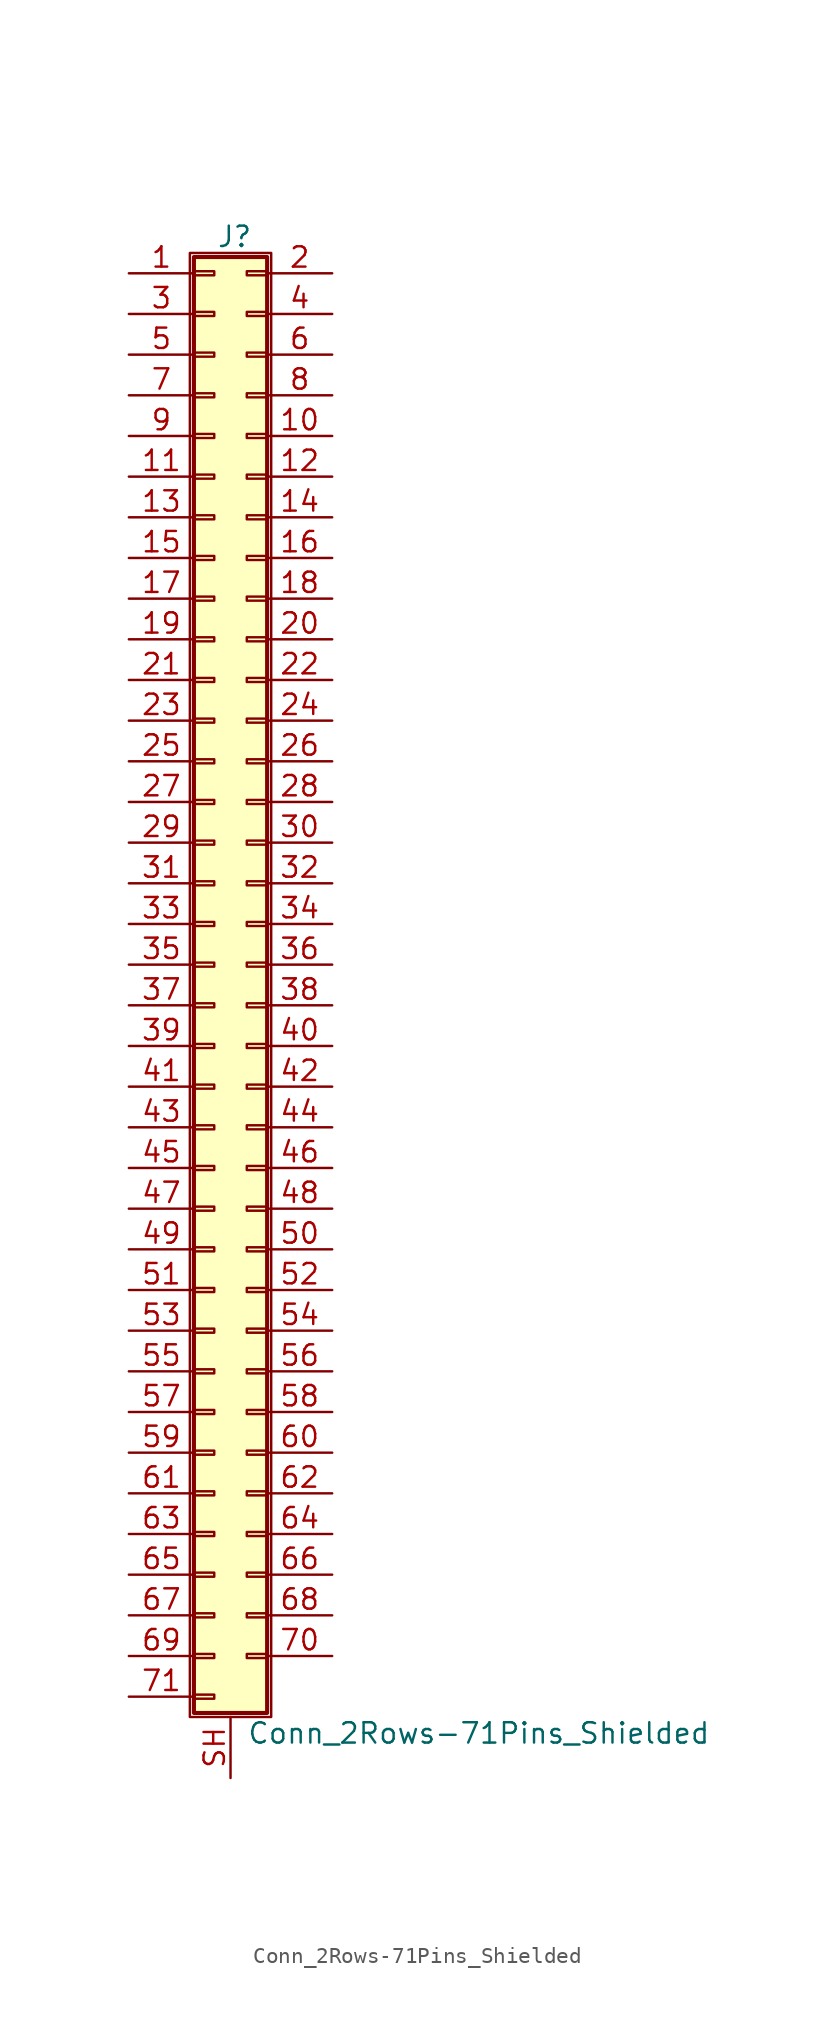
<source format=kicad_sym>
(kicad_symbol_lib
  (version 20200908)
  (generator kicad_symbol_editor)
  (symbol "Connector_Generic_Shielded:Conn_2Rows-71Pins_Shielded"
    (pin_names
      (offset 1.016) hide)
    (property "Reference" "J"
      (at 1.524 45.466 0)
      (effects (font (size 1.27 1.27))))
    (property "Value" "Conn_2Rows-71Pins_Shielded"
      (at 2.286 -48.006 0)
      (effects (font (size 1.27 1.27)) (justify left)))
    (symbol "Conn_2Rows-71Pins_Shielded_1_1"
      (rectangle (start -1.016 -27.813) (end 0.254 -28.067) (stroke (width 0.152)) (fill (type none)))
      (rectangle (start -1.016 -30.353) (end 0.254 -30.607) (stroke (width 0.152)) (fill (type none)))
      (rectangle (start -1.016 -32.893) (end 0.254 -33.147) (stroke (width 0.152)) (fill (type none)))
      (rectangle (start -1.016 -35.433) (end 0.254 -35.687) (stroke (width 0.152)) (fill (type none)))
      (rectangle (start -1.016 -37.973) (end 0.254 -38.227) (stroke (width 0.152)) (fill (type none)))
      (rectangle (start -1.016 -40.513) (end 0.254 -40.767) (stroke (width 0.152)) (fill (type none)))
      (rectangle (start -1.016 -43.053) (end 0.254 -43.307) (stroke (width 0.152)) (fill (type none)))
      (rectangle (start -1.016 -45.593) (end 0.254 -45.847) (stroke (width 0.152)) (fill (type none)))
      (rectangle (start -1.016 -4.953) (end 0.254 -5.207) (stroke (width 0.152)) (fill (type none)))
      (rectangle (start -1.016 -7.493) (end 0.254 -7.747) (stroke (width 0.152)) (fill (type none)))
      (rectangle (start -1.016 -10.033) (end 0.254 -10.287) (stroke (width 0.152)) (fill (type none)))
      (rectangle (start -1.016 -12.573) (end 0.254 -12.827) (stroke (width 0.152)) (fill (type none)))
      (rectangle (start -1.016 -15.113) (end 0.254 -15.367) (stroke (width 0.152)) (fill (type none)))
      (rectangle (start -1.016 -17.653) (end 0.254 -17.907) (stroke (width 0.152)) (fill (type none)))
      (rectangle (start -1.016 -20.193) (end 0.254 -20.447) (stroke (width 0.152)) (fill (type none)))
      (rectangle (start -1.016 -22.733) (end 0.254 -22.987) (stroke (width 0.152)) (fill (type none)))
      (rectangle (start -1.016 -2.413) (end 0.254 -2.667) (stroke (width 0.152)) (fill (type none)))
      (rectangle (start -1.016 -25.273) (end 0.254 -25.527) (stroke (width 0.152)) (fill (type none)))
      (rectangle (start -1.016 25.527) (end 0.254 25.273) (stroke (width 0.152)) (fill (type none)))
      (rectangle (start -1.016 2.667) (end 0.254 2.413) (stroke (width 0.152)) (fill (type none)))
      (rectangle (start -1.016 28.067) (end 0.254 27.813) (stroke (width 0.152)) (fill (type none)))
      (rectangle (start -1.016 30.607) (end 0.254 30.353) (stroke (width 0.152)) (fill (type none)))
      (rectangle (start -1.016 33.147) (end 0.254 32.893) (stroke (width 0.152)) (fill (type none)))
      (rectangle (start -1.016 35.687) (end 0.254 35.433) (stroke (width 0.152)) (fill (type none)))
      (rectangle (start -1.016 38.227) (end 0.254 37.973) (stroke (width 0.152)) (fill (type none)))
      (rectangle (start -1.016 40.767) (end 0.254 40.513) (stroke (width 0.152)) (fill (type none)))
      (rectangle (start -1.016 43.307) (end 0.254 43.053) (stroke (width 0.152)) (fill (type none)))
      (rectangle (start -1.016 44.196) (end 3.556 -46.736) (stroke (width 0.254)) (fill (type background)))
      (rectangle (start -1.016 5.207) (end 0.254 4.953) (stroke (width 0.152)) (fill (type none)))
      (rectangle (start -1.016 7.747) (end 0.254 7.493) (stroke (width 0.152)) (fill (type none)))
      (rectangle (start -1.016 10.287) (end 0.254 10.033) (stroke (width 0.152)) (fill (type none)))
      (rectangle (start -1.016 0.127) (end 0.254 -0.127) (stroke (width 0.152)) (fill (type none)))
      (rectangle (start -1.016 12.827) (end 0.254 12.573) (stroke (width 0.152)) (fill (type none)))
      (rectangle (start -1.016 15.367) (end 0.254 15.113) (stroke (width 0.152)) (fill (type none)))
      (rectangle (start -1.016 17.907) (end 0.254 17.653) (stroke (width 0.152)) (fill (type none)))
      (rectangle (start -1.016 20.447) (end 0.254 20.193) (stroke (width 0.152)) (fill (type none)))
      (rectangle (start -1.016 22.987) (end 0.254 22.733) (stroke (width 0.152)) (fill (type none)))
      (rectangle (start -1.27 44.45) (end 3.81 -46.99) (stroke (width 0.152)) (fill (type none)))
      (rectangle (start 3.556 -27.813) (end 2.286 -28.067) (stroke (width 0.152)) (fill (type none)))
      (rectangle (start 3.556 -30.353) (end 2.286 -30.607) (stroke (width 0.152)) (fill (type none)))
      (rectangle (start 3.556 -32.893) (end 2.286 -33.147) (stroke (width 0.152)) (fill (type none)))
      (rectangle (start 3.556 -35.433) (end 2.286 -35.687) (stroke (width 0.152)) (fill (type none)))
      (rectangle (start 3.556 -37.973) (end 2.286 -38.227) (stroke (width 0.152)) (fill (type none)))
      (rectangle (start 3.556 -40.513) (end 2.286 -40.767) (stroke (width 0.152)) (fill (type none)))
      (rectangle (start 3.556 -43.053) (end 2.286 -43.307) (stroke (width 0.152)) (fill (type none)))
      (rectangle (start 3.556 -4.953) (end 2.286 -5.207) (stroke (width 0.152)) (fill (type none)))
      (rectangle (start 3.556 -7.493) (end 2.286 -7.747) (stroke (width 0.152)) (fill (type none)))
      (rectangle (start 3.556 -10.033) (end 2.286 -10.287) (stroke (width 0.152)) (fill (type none)))
      (rectangle (start 3.556 -12.573) (end 2.286 -12.827) (stroke (width 0.152)) (fill (type none)))
      (rectangle (start 3.556 -15.113) (end 2.286 -15.367) (stroke (width 0.152)) (fill (type none)))
      (rectangle (start 3.556 -17.653) (end 2.286 -17.907) (stroke (width 0.152)) (fill (type none)))
      (rectangle (start 3.556 -20.193) (end 2.286 -20.447) (stroke (width 0.152)) (fill (type none)))
      (rectangle (start 3.556 -22.733) (end 2.286 -22.987) (stroke (width 0.152)) (fill (type none)))
      (rectangle (start 3.556 -2.413) (end 2.286 -2.667) (stroke (width 0.152)) (fill (type none)))
      (rectangle (start 3.556 -25.273) (end 2.286 -25.527) (stroke (width 0.152)) (fill (type none)))
      (rectangle (start 3.556 25.527) (end 2.286 25.273) (stroke (width 0.152)) (fill (type none)))
      (rectangle (start 3.556 2.667) (end 2.286 2.413) (stroke (width 0.152)) (fill (type none)))
      (rectangle (start 3.556 28.067) (end 2.286 27.813) (stroke (width 0.152)) (fill (type none)))
      (rectangle (start 3.556 30.607) (end 2.286 30.353) (stroke (width 0.152)) (fill (type none)))
      (rectangle (start 3.556 33.147) (end 2.286 32.893) (stroke (width 0.152)) (fill (type none)))
      (rectangle (start 3.556 35.687) (end 2.286 35.433) (stroke (width 0.152)) (fill (type none)))
      (rectangle (start 3.556 38.227) (end 2.286 37.973) (stroke (width 0.152)) (fill (type none)))
      (rectangle (start 3.556 40.767) (end 2.286 40.513) (stroke (width 0.152)) (fill (type none)))
      (rectangle (start 3.556 43.307) (end 2.286 43.053) (stroke (width 0.152)) (fill (type none)))
      (rectangle (start 3.556 5.207) (end 2.286 4.953) (stroke (width 0.152)) (fill (type none)))
      (rectangle (start 3.556 7.747) (end 2.286 7.493) (stroke (width 0.152)) (fill (type none)))
      (rectangle (start 3.556 10.287) (end 2.286 10.033) (stroke (width 0.152)) (fill (type none)))
      (rectangle (start 3.556 0.127) (end 2.286 -0.127) (stroke (width 0.152)) (fill (type none)))
      (rectangle (start 3.556 12.827) (end 2.286 12.573) (stroke (width 0.152)) (fill (type none)))
      (rectangle (start 3.556 15.367) (end 2.286 15.113) (stroke (width 0.152)) (fill (type none)))
      (rectangle (start 3.556 17.907) (end 2.286 17.653) (stroke (width 0.152)) (fill (type none)))
      (rectangle (start 3.556 20.447) (end 2.286 20.193) (stroke (width 0.152)) (fill (type none)))
      (rectangle (start 3.556 22.987) (end 2.286 22.733) (stroke (width 0.152)) (fill (type none)))
      (pin passive line (at -5.08 43.18 0) (length 4.064) (name "Pin_1" (effects (font (size 1.27 1.27)))) (number "1" (effects (font (size 1.27 1.27)))))
      (pin passive line (at 7.62 33.02 180) (length 4.064) (name "Pin_10" (effects (font (size 1.27 1.27)))) (number "10" (effects (font (size 1.27 1.27)))))
      (pin passive line (at -5.08 30.48 0) (length 4.064) (name "Pin_11" (effects (font (size 1.27 1.27)))) (number "11" (effects (font (size 1.27 1.27)))))
      (pin passive line (at 7.62 30.48 180) (length 4.064) (name "Pin_12" (effects (font (size 1.27 1.27)))) (number "12" (effects (font (size 1.27 1.27)))))
      (pin passive line (at -5.08 27.94 0) (length 4.064) (name "Pin_13" (effects (font (size 1.27 1.27)))) (number "13" (effects (font (size 1.27 1.27)))))
      (pin passive line (at 7.62 27.94 180) (length 4.064) (name "Pin_14" (effects (font (size 1.27 1.27)))) (number "14" (effects (font (size 1.27 1.27)))))
      (pin passive line (at -5.08 25.4 0) (length 4.064) (name "Pin_15" (effects (font (size 1.27 1.27)))) (number "15" (effects (font (size 1.27 1.27)))))
      (pin passive line (at 7.62 25.4 180) (length 4.064) (name "Pin_16" (effects (font (size 1.27 1.27)))) (number "16" (effects (font (size 1.27 1.27)))))
      (pin passive line (at -5.08 22.86 0) (length 4.064) (name "Pin_17" (effects (font (size 1.27 1.27)))) (number "17" (effects (font (size 1.27 1.27)))))
      (pin passive line (at 7.62 22.86 180) (length 4.064) (name "Pin_18" (effects (font (size 1.27 1.27)))) (number "18" (effects (font (size 1.27 1.27)))))
      (pin passive line (at -5.08 20.32 0) (length 4.064) (name "Pin_19" (effects (font (size 1.27 1.27)))) (number "19" (effects (font (size 1.27 1.27)))))
      (pin passive line (at 7.62 43.18 180) (length 4.064) (name "Pin_2" (effects (font (size 1.27 1.27)))) (number "2" (effects (font (size 1.27 1.27)))))
      (pin passive line (at 7.62 20.32 180) (length 4.064) (name "Pin_20" (effects (font (size 1.27 1.27)))) (number "20" (effects (font (size 1.27 1.27)))))
      (pin passive line (at -5.08 17.78 0) (length 4.064) (name "Pin_21" (effects (font (size 1.27 1.27)))) (number "21" (effects (font (size 1.27 1.27)))))
      (pin passive line (at 7.62 17.78 180) (length 4.064) (name "Pin_22" (effects (font (size 1.27 1.27)))) (number "22" (effects (font (size 1.27 1.27)))))
      (pin passive line (at -5.08 15.24 0) (length 4.064) (name "Pin_23" (effects (font (size 1.27 1.27)))) (number "23" (effects (font (size 1.27 1.27)))))
      (pin passive line (at 7.62 15.24 180) (length 4.064) (name "Pin_24" (effects (font (size 1.27 1.27)))) (number "24" (effects (font (size 1.27 1.27)))))
      (pin passive line (at -5.08 12.7 0) (length 4.064) (name "Pin_25" (effects (font (size 1.27 1.27)))) (number "25" (effects (font (size 1.27 1.27)))))
      (pin passive line (at 7.62 12.7 180) (length 4.064) (name "Pin_26" (effects (font (size 1.27 1.27)))) (number "26" (effects (font (size 1.27 1.27)))))
      (pin passive line (at -5.08 10.16 0) (length 4.064) (name "Pin_27" (effects (font (size 1.27 1.27)))) (number "27" (effects (font (size 1.27 1.27)))))
      (pin passive line (at 7.62 10.16 180) (length 4.064) (name "Pin_28" (effects (font (size 1.27 1.27)))) (number "28" (effects (font (size 1.27 1.27)))))
      (pin passive line (at -5.08 7.62 0) (length 4.064) (name "Pin_29" (effects (font (size 1.27 1.27)))) (number "29" (effects (font (size 1.27 1.27)))))
      (pin passive line (at -5.08 40.64 0) (length 4.064) (name "Pin_3" (effects (font (size 1.27 1.27)))) (number "3" (effects (font (size 1.27 1.27)))))
      (pin passive line (at 7.62 7.62 180) (length 4.064) (name "Pin_30" (effects (font (size 1.27 1.27)))) (number "30" (effects (font (size 1.27 1.27)))))
      (pin passive line (at -5.08 5.08 0) (length 4.064) (name "Pin_31" (effects (font (size 1.27 1.27)))) (number "31" (effects (font (size 1.27 1.27)))))
      (pin passive line (at 7.62 5.08 180) (length 4.064) (name "Pin_32" (effects (font (size 1.27 1.27)))) (number "32" (effects (font (size 1.27 1.27)))))
      (pin passive line (at -5.08 2.54 0) (length 4.064) (name "Pin_33" (effects (font (size 1.27 1.27)))) (number "33" (effects (font (size 1.27 1.27)))))
      (pin passive line (at 7.62 2.54 180) (length 4.064) (name "Pin_34" (effects (font (size 1.27 1.27)))) (number "34" (effects (font (size 1.27 1.27)))))
      (pin passive line (at -5.08 0 0) (length 4.064) (name "Pin_35" (effects (font (size 1.27 1.27)))) (number "35" (effects (font (size 1.27 1.27)))))
      (pin passive line (at 7.62 0 180) (length 4.064) (name "Pin_36" (effects (font (size 1.27 1.27)))) (number "36" (effects (font (size 1.27 1.27)))))
      (pin passive line (at -5.08 -2.54 0) (length 4.064) (name "Pin_37" (effects (font (size 1.27 1.27)))) (number "37" (effects (font (size 1.27 1.27)))))
      (pin passive line (at 7.62 -2.54 180) (length 4.064) (name "Pin_38" (effects (font (size 1.27 1.27)))) (number "38" (effects (font (size 1.27 1.27)))))
      (pin passive line (at -5.08 -5.08 0) (length 4.064) (name "Pin_39" (effects (font (size 1.27 1.27)))) (number "39" (effects (font (size 1.27 1.27)))))
      (pin passive line (at 7.62 40.64 180) (length 4.064) (name "Pin_4" (effects (font (size 1.27 1.27)))) (number "4" (effects (font (size 1.27 1.27)))))
      (pin passive line (at 7.62 -5.08 180) (length 4.064) (name "Pin_40" (effects (font (size 1.27 1.27)))) (number "40" (effects (font (size 1.27 1.27)))))
      (pin passive line (at -5.08 -7.62 0) (length 4.064) (name "Pin_41" (effects (font (size 1.27 1.27)))) (number "41" (effects (font (size 1.27 1.27)))))
      (pin passive line (at 7.62 -7.62 180) (length 4.064) (name "Pin_42" (effects (font (size 1.27 1.27)))) (number "42" (effects (font (size 1.27 1.27)))))
      (pin passive line (at -5.08 -10.16 0) (length 4.064) (name "Pin_43" (effects (font (size 1.27 1.27)))) (number "43" (effects (font (size 1.27 1.27)))))
      (pin passive line (at 7.62 -10.16 180) (length 4.064) (name "Pin_44" (effects (font (size 1.27 1.27)))) (number "44" (effects (font (size 1.27 1.27)))))
      (pin passive line (at -5.08 -12.7 0) (length 4.064) (name "Pin_45" (effects (font (size 1.27 1.27)))) (number "45" (effects (font (size 1.27 1.27)))))
      (pin passive line (at 7.62 -12.7 180) (length 4.064) (name "Pin_46" (effects (font (size 1.27 1.27)))) (number "46" (effects (font (size 1.27 1.27)))))
      (pin passive line (at -5.08 -15.24 0) (length 4.064) (name "Pin_47" (effects (font (size 1.27 1.27)))) (number "47" (effects (font (size 1.27 1.27)))))
      (pin passive line (at 7.62 -15.24 180) (length 4.064) (name "Pin_48" (effects (font (size 1.27 1.27)))) (number "48" (effects (font (size 1.27 1.27)))))
      (pin passive line (at -5.08 -17.78 0) (length 4.064) (name "Pin_49" (effects (font (size 1.27 1.27)))) (number "49" (effects (font (size 1.27 1.27)))))
      (pin passive line (at -5.08 38.1 0) (length 4.064) (name "Pin_5" (effects (font (size 1.27 1.27)))) (number "5" (effects (font (size 1.27 1.27)))))
      (pin passive line (at 7.62 -17.78 180) (length 4.064) (name "Pin_50" (effects (font (size 1.27 1.27)))) (number "50" (effects (font (size 1.27 1.27)))))
      (pin passive line (at -5.08 -20.32 0) (length 4.064) (name "Pin_51" (effects (font (size 1.27 1.27)))) (number "51" (effects (font (size 1.27 1.27)))))
      (pin passive line (at 7.62 -20.32 180) (length 4.064) (name "Pin_52" (effects (font (size 1.27 1.27)))) (number "52" (effects (font (size 1.27 1.27)))))
      (pin passive line (at -5.08 -22.86 0) (length 4.064) (name "Pin_53" (effects (font (size 1.27 1.27)))) (number "53" (effects (font (size 1.27 1.27)))))
      (pin passive line (at 7.62 -22.86 180) (length 4.064) (name "Pin_54" (effects (font (size 1.27 1.27)))) (number "54" (effects (font (size 1.27 1.27)))))
      (pin passive line (at -5.08 -25.4 0) (length 4.064) (name "Pin_55" (effects (font (size 1.27 1.27)))) (number "55" (effects (font (size 1.27 1.27)))))
      (pin passive line (at 7.62 -25.4 180) (length 4.064) (name "Pin_56" (effects (font (size 1.27 1.27)))) (number "56" (effects (font (size 1.27 1.27)))))
      (pin passive line (at -5.08 -27.94 0) (length 4.064) (name "Pin_57" (effects (font (size 1.27 1.27)))) (number "57" (effects (font (size 1.27 1.27)))))
      (pin passive line (at 7.62 -27.94 180) (length 4.064) (name "Pin_58" (effects (font (size 1.27 1.27)))) (number "58" (effects (font (size 1.27 1.27)))))
      (pin passive line (at -5.08 -30.48 0) (length 4.064) (name "Pin_59" (effects (font (size 1.27 1.27)))) (number "59" (effects (font (size 1.27 1.27)))))
      (pin passive line (at 7.62 38.1 180) (length 4.064) (name "Pin_6" (effects (font (size 1.27 1.27)))) (number "6" (effects (font (size 1.27 1.27)))))
      (pin passive line (at 7.62 -30.48 180) (length 4.064) (name "Pin_60" (effects (font (size 1.27 1.27)))) (number "60" (effects (font (size 1.27 1.27)))))
      (pin passive line (at -5.08 -33.02 0) (length 4.064) (name "Pin_61" (effects (font (size 1.27 1.27)))) (number "61" (effects (font (size 1.27 1.27)))))
      (pin passive line (at 7.62 -33.02 180) (length 4.064) (name "Pin_62" (effects (font (size 1.27 1.27)))) (number "62" (effects (font (size 1.27 1.27)))))
      (pin passive line (at -5.08 -35.56 0) (length 4.064) (name "Pin_63" (effects (font (size 1.27 1.27)))) (number "63" (effects (font (size 1.27 1.27)))))
      (pin passive line (at 7.62 -35.56 180) (length 4.064) (name "Pin_64" (effects (font (size 1.27 1.27)))) (number "64" (effects (font (size 1.27 1.27)))))
      (pin passive line (at -5.08 -38.1 0) (length 4.064) (name "Pin_65" (effects (font (size 1.27 1.27)))) (number "65" (effects (font (size 1.27 1.27)))))
      (pin passive line (at 7.62 -38.1 180) (length 4.064) (name "Pin_66" (effects (font (size 1.27 1.27)))) (number "66" (effects (font (size 1.27 1.27)))))
      (pin passive line (at -5.08 -40.64 0) (length 4.064) (name "Pin_67" (effects (font (size 1.27 1.27)))) (number "67" (effects (font (size 1.27 1.27)))))
      (pin passive line (at 7.62 -40.64 180) (length 4.064) (name "Pin_68" (effects (font (size 1.27 1.27)))) (number "68" (effects (font (size 1.27 1.27)))))
      (pin passive line (at -5.08 -43.18 0) (length 4.064) (name "Pin_69" (effects (font (size 1.27 1.27)))) (number "69" (effects (font (size 1.27 1.27)))))
      (pin passive line (at -5.08 35.56 0) (length 4.064) (name "Pin_7" (effects (font (size 1.27 1.27)))) (number "7" (effects (font (size 1.27 1.27)))))
      (pin passive line (at 7.62 -43.18 180) (length 4.064) (name "Pin_70" (effects (font (size 1.27 1.27)))) (number "70" (effects (font (size 1.27 1.27)))))
      (pin passive line (at -5.08 -45.72 0) (length 4.064) (name "Pin_71" (effects (font (size 1.27 1.27)))) (number "71" (effects (font (size 1.27 1.27)))))
      (pin passive line (at 7.62 35.56 180) (length 4.064) (name "Pin_8" (effects (font (size 1.27 1.27)))) (number "8" (effects (font (size 1.27 1.27)))))
      (pin passive line (at -5.08 33.02 0) (length 4.064) (name "Pin_9" (effects (font (size 1.27 1.27)))) (number "9" (effects (font (size 1.27 1.27)))))
      (pin passive line (at 1.27 -50.8 90) (length 3.81) (name "Shield" (effects (font (size 1.27 1.27)))) (number "SH" (effects (font (size 1.27 1.27))))))))
</source>
